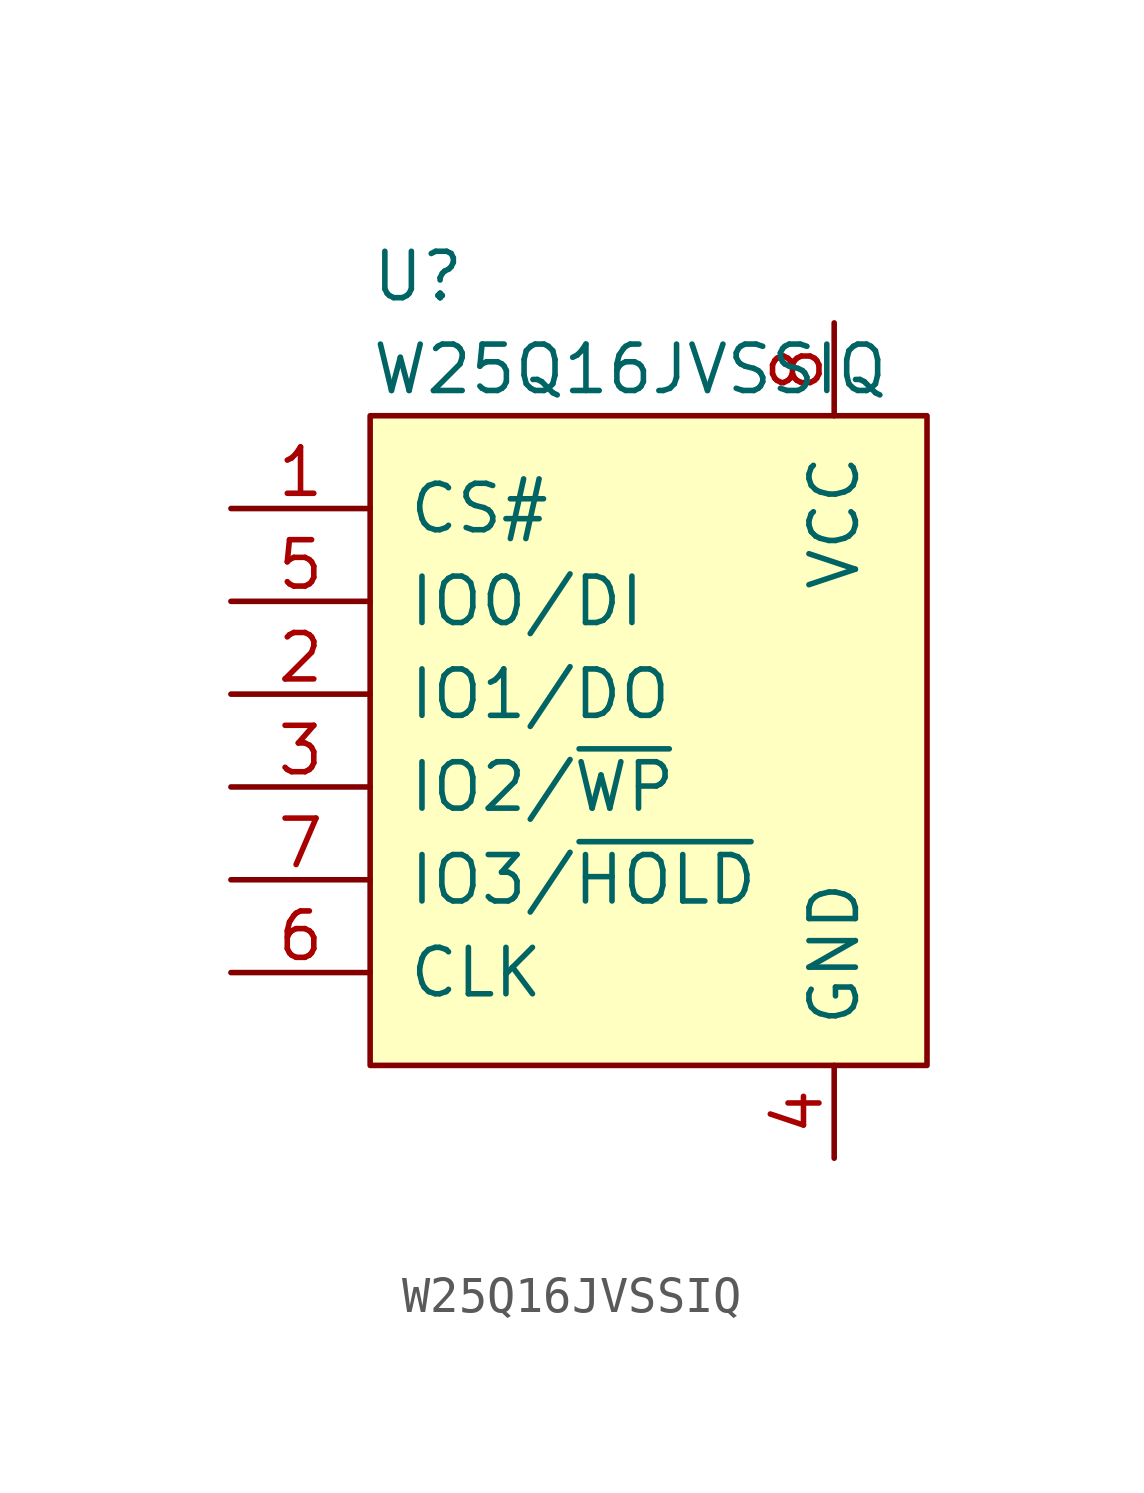
<source format=kicad_sym>
(kicad_symbol_lib
  (version 20211014)
  (generator kicad_symbol_editor)
  (symbol "W25Q16JVSSIQ"
    (pin_names
      (offset 1.016))
    (property "Reference" "U"
      (at -7.62 12.7 0)
      (effects (font (size 1.27 1.27)) (justify left)))
    (property "Value" "W25Q16JVSSIQ"
      (at -7.62 10.16 0)
      (effects (font (size 1.27 1.27)) (justify left)))
    (symbol "W25Q16JVSSIQ_0_1"
      (rectangle (start -7.62 8.89) (end 7.62 -8.89) (stroke (width 0) (type default) (color 0 0 0 0)) (fill (type background))))
    (symbol "W25Q16JVSSIQ_1_1"
      (pin input line (at -11.43 6.35 0) (length 3.81) (name "CS#" (effects (font (size 1.27 1.27)))) (number "1" (effects (font (size 1.27 1.27)))))
      (pin bidirectional line (at -11.43 1.27 0) (length 3.81) (name "IO1/DO" (effects (font (size 1.27 1.27)))) (number "2" (effects (font (size 1.27 1.27)))))
      (pin input line (at -11.43 -1.27 0) (length 3.81) (name "IO2/~{WP}" (effects (font (size 1.27 1.27)))) (number "3" (effects (font (size 1.27 1.27)))))
      (pin power_in line (at 5.08 -11.43 90) (length 2.54) (name "GND" (effects (font (size 1.27 1.27)))) (number "4" (effects (font (size 1.27 1.27)))))
      (pin bidirectional line (at -11.43 3.81 0) (length 3.81) (name "IO0/DI" (effects (font (size 1.27 1.27)))) (number "5" (effects (font (size 1.27 1.27)))))
      (pin input line (at -11.43 -6.35 0) (length 3.81) (name "CLK" (effects (font (size 1.27 1.27)))) (number "6" (effects (font (size 1.27 1.27)))))
      (pin input line (at -11.43 -3.81 0) (length 3.81) (name "IO3/~{HOLD}" (effects (font (size 1.27 1.27)))) (number "7" (effects (font (size 1.27 1.27)))))
      (pin power_in line (at 5.08 11.43 270) (length 2.54) (name "VCC" (effects (font (size 1.27 1.27)))) (number "8" (effects (font (size 1.27 1.27))))))))
</source>
